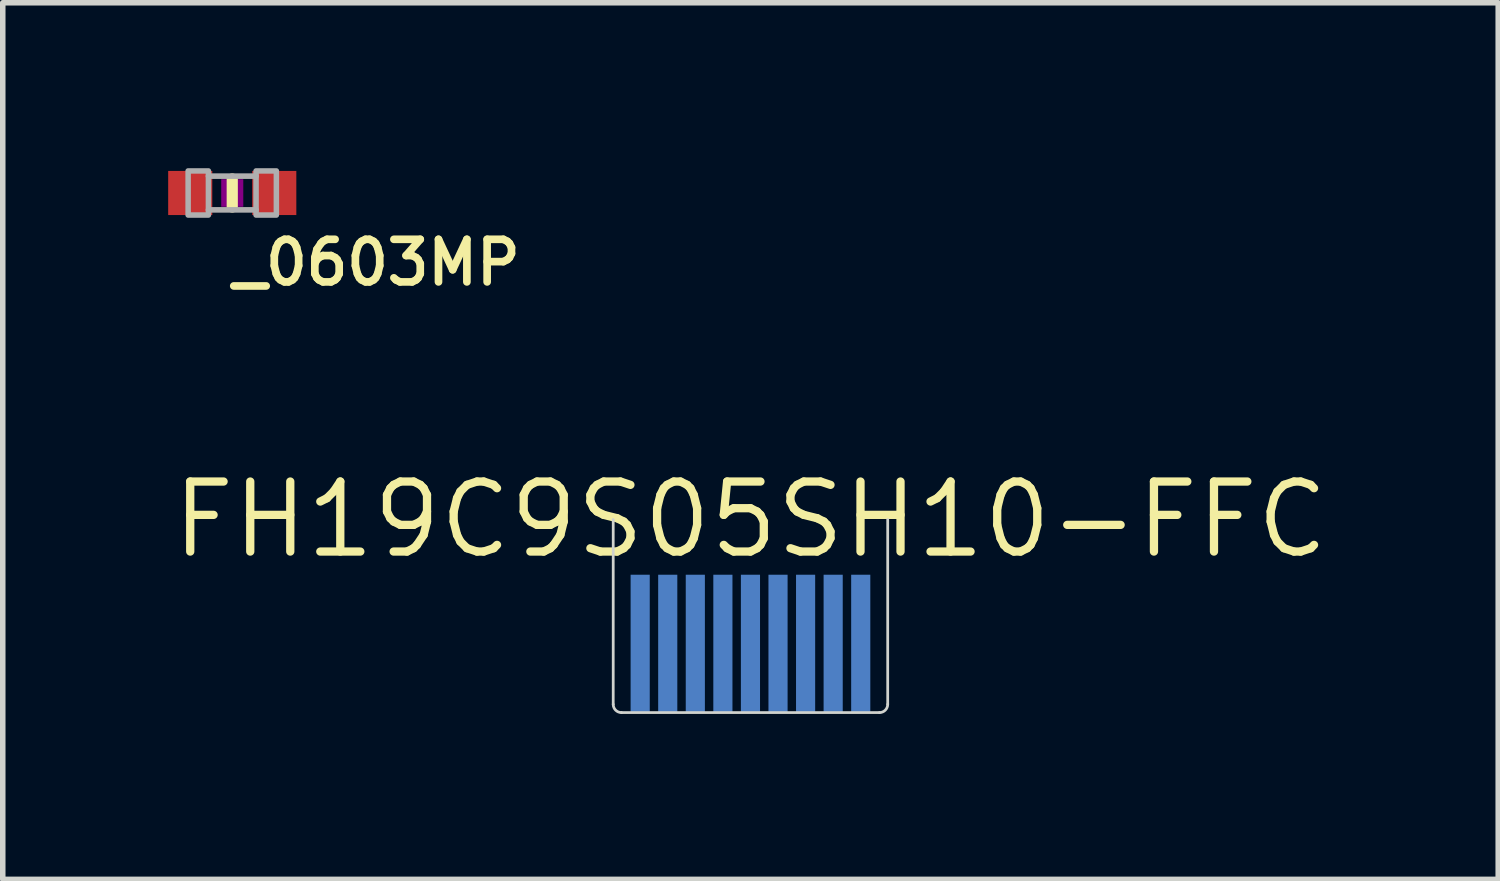
<source format=kicad_pcb>
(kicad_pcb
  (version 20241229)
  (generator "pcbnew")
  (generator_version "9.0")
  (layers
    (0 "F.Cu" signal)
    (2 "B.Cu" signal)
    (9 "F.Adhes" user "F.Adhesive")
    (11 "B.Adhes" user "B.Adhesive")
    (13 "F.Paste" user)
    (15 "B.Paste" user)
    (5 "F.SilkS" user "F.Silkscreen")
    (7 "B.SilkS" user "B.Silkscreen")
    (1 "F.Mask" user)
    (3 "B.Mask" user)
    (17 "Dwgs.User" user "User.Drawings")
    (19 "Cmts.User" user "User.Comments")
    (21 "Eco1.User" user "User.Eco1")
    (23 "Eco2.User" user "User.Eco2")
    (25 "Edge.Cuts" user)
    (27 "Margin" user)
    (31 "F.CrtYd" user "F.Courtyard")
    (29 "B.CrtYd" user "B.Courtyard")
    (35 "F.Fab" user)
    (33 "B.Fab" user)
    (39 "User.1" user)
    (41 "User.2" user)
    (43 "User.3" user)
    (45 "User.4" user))
  (footprint "FH19C9S05SH10-FFC"
    (layer "F.Cu")
    (at 10.56 6.373)
    (property "Reference" "FH19C9S05SH10-FFC" (at 0 0 0) (layer "F.SilkS") (effects (font (size 1.27 1.27) (thickness 0.15))))
    (attr through_hole)
    (fp_poly (pts (xy -2.49 0.974) (xy 2.488 0.974) (xy 2.489 3.48) (xy -2.489 3.48)) (stroke (width 0) (type solid)) (fill yes) (layer "B.Mask"))
    (fp_line (start -2.489 0) (end -2.489 3.35) (stroke (width 0.05) (type solid)) (layer "Edge.Cuts"))
    (fp_line (start -2.339 3.5) (end 2.339 3.5) (stroke (width 0.05) (type solid)) (layer "Edge.Cuts"))
    (fp_line (start 2.489 0) (end 2.489 3.35) (stroke (width 0.05) (type solid)) (layer "Edge.Cuts"))
    (fp_arc (start -2.3392 3.5) (mid -2.445266 3.456066) (end -2.4892 3.35) (stroke (width 0.05) (type solid)) (layer "Edge.Cuts"))
    (fp_arc (start 2.4892 3.35) (mid 2.445266 3.456066) (end 2.3392 3.5) (stroke (width 0.05) (type solid)) (layer "Edge.Cuts"))
    (pad "1" smd rect (at 2 2.25 90) (size 2.5 0.347) (layers "B.Cu" "B.Mask"))
    (pad "2" smd rect (at 1.5 2.25 90) (size 2.5 0.347) (layers "B.Cu" "B.Mask"))
    (pad "3" smd rect (at 1 2.25 90) (size 2.5 0.347) (layers "B.Cu" "B.Mask"))
    (pad "4" smd rect (at 0.5 2.25 90) (size 2.5 0.347) (layers "B.Cu" "B.Mask"))
    (pad "5" smd rect (at 0 2.25 90) (size 2.5 0.347) (layers "B.Cu" "B.Mask"))
    (pad "6" smd rect (at -0.5 2.25 90) (size 2.5 0.347) (layers "B.Cu" "B.Mask"))
    (pad "7" smd rect (at -1 2.25 90) (size 2.5 0.347) (layers "B.Cu" "B.Mask"))
    (pad "8" smd rect (at -1.5 2.25 90) (size 2.5 0.347) (layers "B.Cu" "B.Mask"))
    (pad "9" smd rect (at -2 2.25 90) (size 2.5 0.347) (layers "B.Cu" "B.Mask")))
  (footprint "_0603MP"
    (layer "F.Cu")
    (at 1.162 0.45)
    (property "Reference" "_0603MP" (at -0.064 1.714 180) (layer "F.SilkS") (effects (font (size 0.772 0.772) (thickness 0.139)) (justify left bottom)))
    (attr through_hole)
    (fp_line (start 0 -0.254) (end 0 0.254) (stroke (width 0.203) (type solid)) (layer "F.SilkS"))
    (fp_poly (pts (xy -0.2 0.25) (xy 0.2 0.25) (xy 0.2 -0.25) (xy -0.2 -0.25)) (stroke (width 0) (type solid)) (fill yes) (layer "F.Adhes"))
    (fp_line (start -0.432 0.306) (end 0.432 0.306) (stroke (width 0.102) (type solid)) (layer "F.Fab"))
    (fp_line (start 0.432 -0.306) (end -0.432 -0.306) (stroke (width 0.102) (type solid)) (layer "F.Fab"))
    (fp_poly (pts (xy -0.8 0.4) (xy -0.432 0.4) (xy -0.432 -0.4) (xy -0.8 -0.4)) (stroke (width 0.1) (type solid)) (fill no) (layer "F.Fab"))
    (fp_poly (pts (xy 0.432 0.4) (xy 0.8 0.4) (xy 0.8 -0.4) (xy 0.432 -0.4)) (stroke (width 0.1) (type solid)) (fill no) (layer "F.Fab"))
    (pad "1" smd rect (at -0.762 0) (size 0.8 0.8) (layers "F.Cu" "F.Mask" "F.Paste"))
    (pad "2" smd rect (at 0.762 0) (size 0.8 0.8) (layers "F.Cu" "F.Mask" "F.Paste")))
  (gr_rect
    (start -3 -3)
    (end 24.121 12.898)
    (stroke (width 0.1) (type default))
    (fill no)
    (layer "Edge.Cuts")))
</source>
